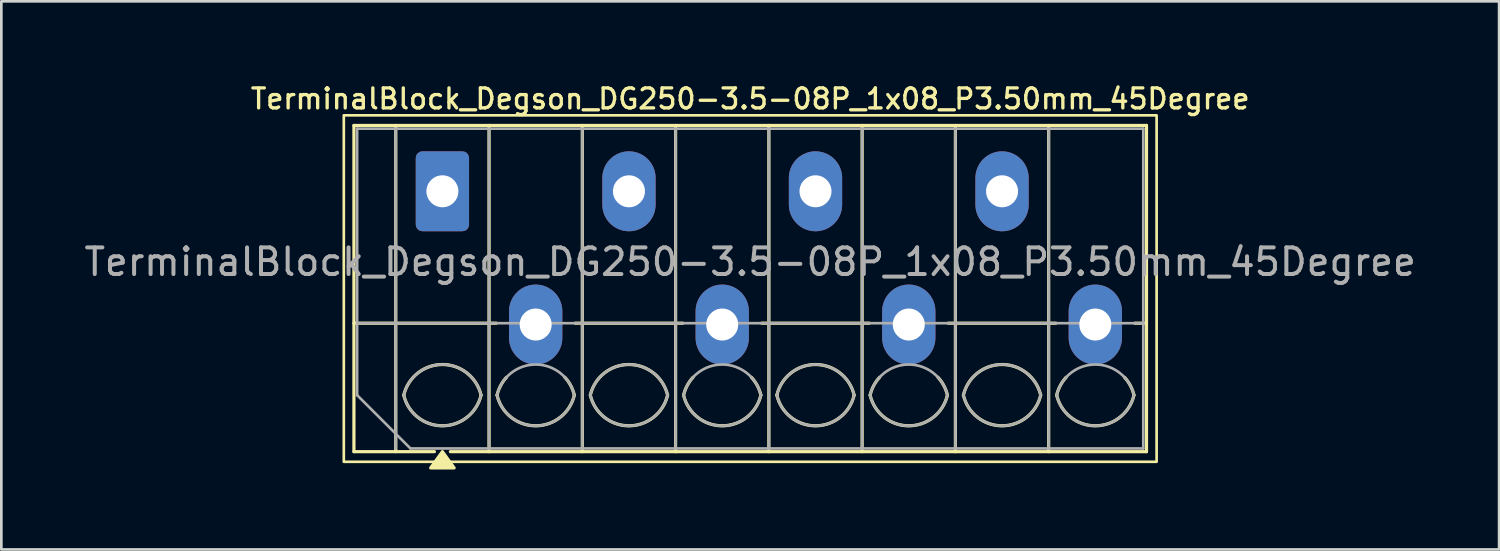
<source format=kicad_pcb>
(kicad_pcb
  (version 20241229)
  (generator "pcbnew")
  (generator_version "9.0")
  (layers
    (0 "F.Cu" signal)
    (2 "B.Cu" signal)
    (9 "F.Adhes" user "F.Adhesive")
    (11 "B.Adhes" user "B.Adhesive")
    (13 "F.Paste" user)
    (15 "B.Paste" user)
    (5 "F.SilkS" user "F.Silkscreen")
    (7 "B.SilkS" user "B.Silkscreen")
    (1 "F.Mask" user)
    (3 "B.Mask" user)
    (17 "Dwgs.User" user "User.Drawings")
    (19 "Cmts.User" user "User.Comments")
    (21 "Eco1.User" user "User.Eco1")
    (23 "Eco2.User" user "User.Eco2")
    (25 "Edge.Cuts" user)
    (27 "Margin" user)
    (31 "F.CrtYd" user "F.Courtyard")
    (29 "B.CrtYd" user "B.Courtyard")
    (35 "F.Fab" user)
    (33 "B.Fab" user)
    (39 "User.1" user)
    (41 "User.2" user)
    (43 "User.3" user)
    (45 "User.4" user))
  (footprint "TerminalBlock_Degson_DG250-3.5-08P_1x08_P3.50mm_45Degree"
    (layer "F.Cu")
    (at 13.551 4.128)
    (property "Reference" "TerminalBlock_Degson_DG250-3.5-08P_1x08_P3.50mm_45Degree" (at 11.55 -3.47 0) (layer "F.SilkS") (effects (font (size 0.75 0.75) (thickness 0.125))))
    (attr through_hole)
    (fp_line (start -3.32 -2.47) (end 26.42 -2.47) (stroke (width 0.12) (type solid)) (layer "F.SilkS"))
    (fp_line (start -3.32 4.95) (end 2.02 4.95) (stroke (width 0.12) (type solid)) (layer "F.SilkS"))
    (fp_line (start -3.32 9.77) (end -3.32 -2.47) (stroke (width 0.12) (type solid)) (layer "F.SilkS"))
    (fp_line (start -1.75 -2.47) (end -1.75 9.77) (stroke (width 0.12) (type solid)) (layer "F.SilkS"))
    (fp_line (start -0.3 9.77) (end -3.32 9.77) (stroke (width 0.12) (type solid)) (layer "F.SilkS"))
    (fp_line (start 1.75 -2.47) (end 1.75 9.77) (stroke (width 0.12) (type solid)) (layer "F.SilkS"))
    (fp_line (start 4.98 4.95) (end 9.02 4.95) (stroke (width 0.12) (type solid)) (layer "F.SilkS"))
    (fp_line (start 5.25 -2.47) (end 5.25 9.77) (stroke (width 0.12) (type solid)) (layer "F.SilkS"))
    (fp_line (start 8.75 -2.47) (end 8.75 9.77) (stroke (width 0.12) (type solid)) (layer "F.SilkS"))
    (fp_line (start 11.98 4.95) (end 16.02 4.95) (stroke (width 0.12) (type solid)) (layer "F.SilkS"))
    (fp_line (start 12.25 -2.47) (end 12.25 9.77) (stroke (width 0.12) (type solid)) (layer "F.SilkS"))
    (fp_line (start 15.75 -2.47) (end 15.75 9.77) (stroke (width 0.12) (type solid)) (layer "F.SilkS"))
    (fp_line (start 18.98 4.95) (end 23.02 4.95) (stroke (width 0.12) (type solid)) (layer "F.SilkS"))
    (fp_line (start 19.25 -2.47) (end 19.25 9.77) (stroke (width 0.12) (type solid)) (layer "F.SilkS"))
    (fp_line (start 22.75 -2.47) (end 22.75 9.77) (stroke (width 0.12) (type solid)) (layer "F.SilkS"))
    (fp_line (start 25.98 4.95) (end 26.42 4.95) (stroke (width 0.12) (type solid)) (layer "F.SilkS"))
    (fp_line (start 26.42 -2.47) (end 26.42 9.77) (stroke (width 0.12) (type solid)) (layer "F.SilkS"))
    (fp_line (start 26.42 9.77) (end 0.3 9.77) (stroke (width 0.12) (type solid)) (layer "F.SilkS"))
    (fp_rect (start -3.7 -2.85) (end 26.8 10.15) (stroke (width 0.1) (type solid)) (fill no) (layer "F.SilkS"))
    (fp_arc (start -1.45 7.65) (mid 0 6.5) (end 1.45 7.65) (stroke (width 0.12) (type solid)) (layer "F.SilkS"))
    (fp_arc (start 1.45 7.65) (mid 0 8.8) (end -1.45 7.65) (stroke (width 0.12) (type solid)) (layer "F.SilkS"))
    (fp_arc (start 2.05 7.65) (mid 2.18402 7.291962) (end 2.405 6.98) (stroke (width 0.12) (type solid)) (layer "F.SilkS"))
    (fp_arc (start 4.595 6.98) (mid 4.81598 7.291962) (end 4.95 7.65) (stroke (width 0.12) (type solid)) (layer "F.SilkS"))
    (fp_arc (start 4.95 7.65) (mid 3.5 8.8) (end 2.05 7.65) (stroke (width 0.12) (type solid)) (layer "F.SilkS"))
    (fp_arc (start 5.55 7.65) (mid 7 6.5) (end 8.45 7.65) (stroke (width 0.12) (type solid)) (layer "F.SilkS"))
    (fp_arc (start 8.45 7.65) (mid 7 8.8) (end 5.55 7.65) (stroke (width 0.12) (type solid)) (layer "F.SilkS"))
    (fp_arc (start 9.05 7.65) (mid 9.18402 7.291962) (end 9.405 6.98) (stroke (width 0.12) (type solid)) (layer "F.SilkS"))
    (fp_arc (start 11.595 6.98) (mid 11.81598 7.291962) (end 11.95 7.65) (stroke (width 0.12) (type solid)) (layer "F.SilkS"))
    (fp_arc (start 11.95 7.65) (mid 10.5 8.8) (end 9.05 7.65) (stroke (width 0.12) (type solid)) (layer "F.SilkS"))
    (fp_arc (start 12.55 7.65) (mid 14 6.5) (end 15.45 7.65) (stroke (width 0.12) (type solid)) (layer "F.SilkS"))
    (fp_arc (start 15.45 7.65) (mid 14 8.8) (end 12.55 7.65) (stroke (width 0.12) (type solid)) (layer "F.SilkS"))
    (fp_arc (start 16.05 7.65) (mid 16.18402 7.291962) (end 16.405 6.98) (stroke (width 0.12) (type solid)) (layer "F.SilkS"))
    (fp_arc (start 18.595 6.98) (mid 18.81598 7.291962) (end 18.95 7.65) (stroke (width 0.12) (type solid)) (layer "F.SilkS"))
    (fp_arc (start 18.95 7.65) (mid 17.5 8.8) (end 16.05 7.65) (stroke (width 0.12) (type solid)) (layer "F.SilkS"))
    (fp_arc (start 19.55 7.65) (mid 21 6.5) (end 22.45 7.65) (stroke (width 0.12) (type solid)) (layer "F.SilkS"))
    (fp_arc (start 22.45 7.65) (mid 21 8.8) (end 19.55 7.65) (stroke (width 0.12) (type solid)) (layer "F.SilkS"))
    (fp_arc (start 23.05 7.65) (mid 23.18402 7.291962) (end 23.405 6.98) (stroke (width 0.12) (type solid)) (layer "F.SilkS"))
    (fp_arc (start 25.595 6.98) (mid 25.81598 7.291962) (end 25.95 7.65) (stroke (width 0.12) (type solid)) (layer "F.SilkS"))
    (fp_arc (start 25.95 7.65) (mid 24.5 8.8) (end 23.05 7.65) (stroke (width 0.12) (type solid)) (layer "F.SilkS"))
    (fp_poly (pts (xy 0 9.77) (xy 0.44 10.38) (xy -0.44 10.38)) (stroke (width 0.12) (type solid)) (fill yes) (layer "F.SilkS"))
    (fp_line (start -3.2 -2.35) (end 26.3 -2.35) (stroke (width 0.1) (type solid)) (layer "F.Fab"))
    (fp_line (start -3.2 4.95) (end 26.3 4.95) (stroke (width 0.1) (type solid)) (layer "F.Fab"))
    (fp_line (start -3.2 7.65) (end -3.2 -2.35) (stroke (width 0.1) (type solid)) (layer "F.Fab"))
    (fp_line (start -1.75 -2.35) (end -1.75 9.65) (stroke (width 0.1) (type solid)) (layer "F.Fab"))
    (fp_line (start -1.2 9.65) (end -3.2 7.65) (stroke (width 0.1) (type solid)) (layer "F.Fab"))
    (fp_line (start 1.75 -2.35) (end 1.75 9.65) (stroke (width 0.1) (type solid)) (layer "F.Fab"))
    (fp_line (start 5.25 -2.35) (end 5.25 9.65) (stroke (width 0.1) (type solid)) (layer "F.Fab"))
    (fp_line (start 8.75 -2.35) (end 8.75 9.65) (stroke (width 0.1) (type solid)) (layer "F.Fab"))
    (fp_line (start 12.25 -2.35) (end 12.25 9.65) (stroke (width 0.1) (type solid)) (layer "F.Fab"))
    (fp_line (start 15.75 -2.35) (end 15.75 9.65) (stroke (width 0.1) (type solid)) (layer "F.Fab"))
    (fp_line (start 19.25 -2.35) (end 19.25 9.65) (stroke (width 0.1) (type solid)) (layer "F.Fab"))
    (fp_line (start 22.75 -2.35) (end 22.75 9.65) (stroke (width 0.1) (type solid)) (layer "F.Fab"))
    (fp_line (start 26.3 -2.35) (end 26.3 9.65) (stroke (width 0.1) (type solid)) (layer "F.Fab"))
    (fp_line (start 26.3 9.65) (end -1.2 9.65) (stroke (width 0.1) (type solid)) (layer "F.Fab"))
    (fp_arc (start -1.45 7.65) (mid 0 6.5) (end 1.45 7.65) (stroke (width 0.1) (type solid)) (layer "F.Fab"))
    (fp_arc (start 1.45 7.65) (mid 0 8.8) (end -1.45 7.65) (stroke (width 0.1) (type solid)) (layer "F.Fab"))
    (fp_arc (start 2.05 7.65) (mid 3.5 6.5) (end 4.95 7.65) (stroke (width 0.1) (type solid)) (layer "F.Fab"))
    (fp_arc (start 4.95 7.65) (mid 3.5 8.8) (end 2.05 7.65) (stroke (width 0.1) (type solid)) (layer "F.Fab"))
    (fp_arc (start 5.55 7.65) (mid 7 6.5) (end 8.45 7.65) (stroke (width 0.1) (type solid)) (layer "F.Fab"))
    (fp_arc (start 8.45 7.65) (mid 7 8.8) (end 5.55 7.65) (stroke (width 0.1) (type solid)) (layer "F.Fab"))
    (fp_arc (start 9.05 7.65) (mid 10.5 6.5) (end 11.95 7.65) (stroke (width 0.1) (type solid)) (layer "F.Fab"))
    (fp_arc (start 11.95 7.65) (mid 10.5 8.8) (end 9.05 7.65) (stroke (width 0.1) (type solid)) (layer "F.Fab"))
    (fp_arc (start 12.55 7.65) (mid 14 6.5) (end 15.45 7.65) (stroke (width 0.1) (type solid)) (layer "F.Fab"))
    (fp_arc (start 15.45 7.65) (mid 14 8.8) (end 12.55 7.65) (stroke (width 0.1) (type solid)) (layer "F.Fab"))
    (fp_arc (start 16.05 7.65) (mid 17.5 6.5) (end 18.95 7.65) (stroke (width 0.1) (type solid)) (layer "F.Fab"))
    (fp_arc (start 18.95 7.65) (mid 17.5 8.8) (end 16.05 7.65) (stroke (width 0.1) (type solid)) (layer "F.Fab"))
    (fp_arc (start 19.55 7.65) (mid 21 6.5) (end 22.45 7.65) (stroke (width 0.1) (type solid)) (layer "F.Fab"))
    (fp_arc (start 22.45 7.65) (mid 21 8.8) (end 19.55 7.65) (stroke (width 0.1) (type solid)) (layer "F.Fab"))
    (fp_arc (start 23.05 7.65) (mid 24.5 6.5) (end 25.95 7.65) (stroke (width 0.1) (type solid)) (layer "F.Fab"))
    (fp_arc (start 25.95 7.65) (mid 24.5 8.8) (end 23.05 7.65) (stroke (width 0.1) (type solid)) (layer "F.Fab"))
    (fp_text user "${REFERENCE}" (at 11.55 2.65 0) (layer "F.Fab") (effects (font (size 1 1) (thickness 0.15))))
    (pad "1" thru_hole roundrect (at 0 0) (size 2 3) (drill 1.2) (layers "*.Cu" "*.Mask") (roundrect_rratio 0.125))
    (pad "2" thru_hole oval (at 3.5 5) (size 2 3) (drill 1.2) (layers "*.Cu" "*.Mask"))
    (pad "3" thru_hole oval (at 7 0) (size 2 3) (drill 1.2) (layers "*.Cu" "*.Mask"))
    (pad "4" thru_hole oval (at 10.5 5) (size 2 3) (drill 1.2) (layers "*.Cu" "*.Mask"))
    (pad "5" thru_hole oval (at 14 0) (size 2 3) (drill 1.2) (layers "*.Cu" "*.Mask"))
    (pad "6" thru_hole oval (at 17.5 5) (size 2 3) (drill 1.2) (layers "*.Cu" "*.Mask"))
    (pad "7" thru_hole oval (at 21 0) (size 2 3) (drill 1.2) (layers "*.Cu" "*.Mask"))
    (pad "8" thru_hole oval (at 24.5 5) (size 2 3) (drill 1.2) (layers "*.Cu" "*.Mask")))
  (gr_rect
    (start -3 -3)
    (end 53.202 17.568)
    (stroke (width 0.1) (type default))
    (fill no)
    (layer "Edge.Cuts")))
</source>
